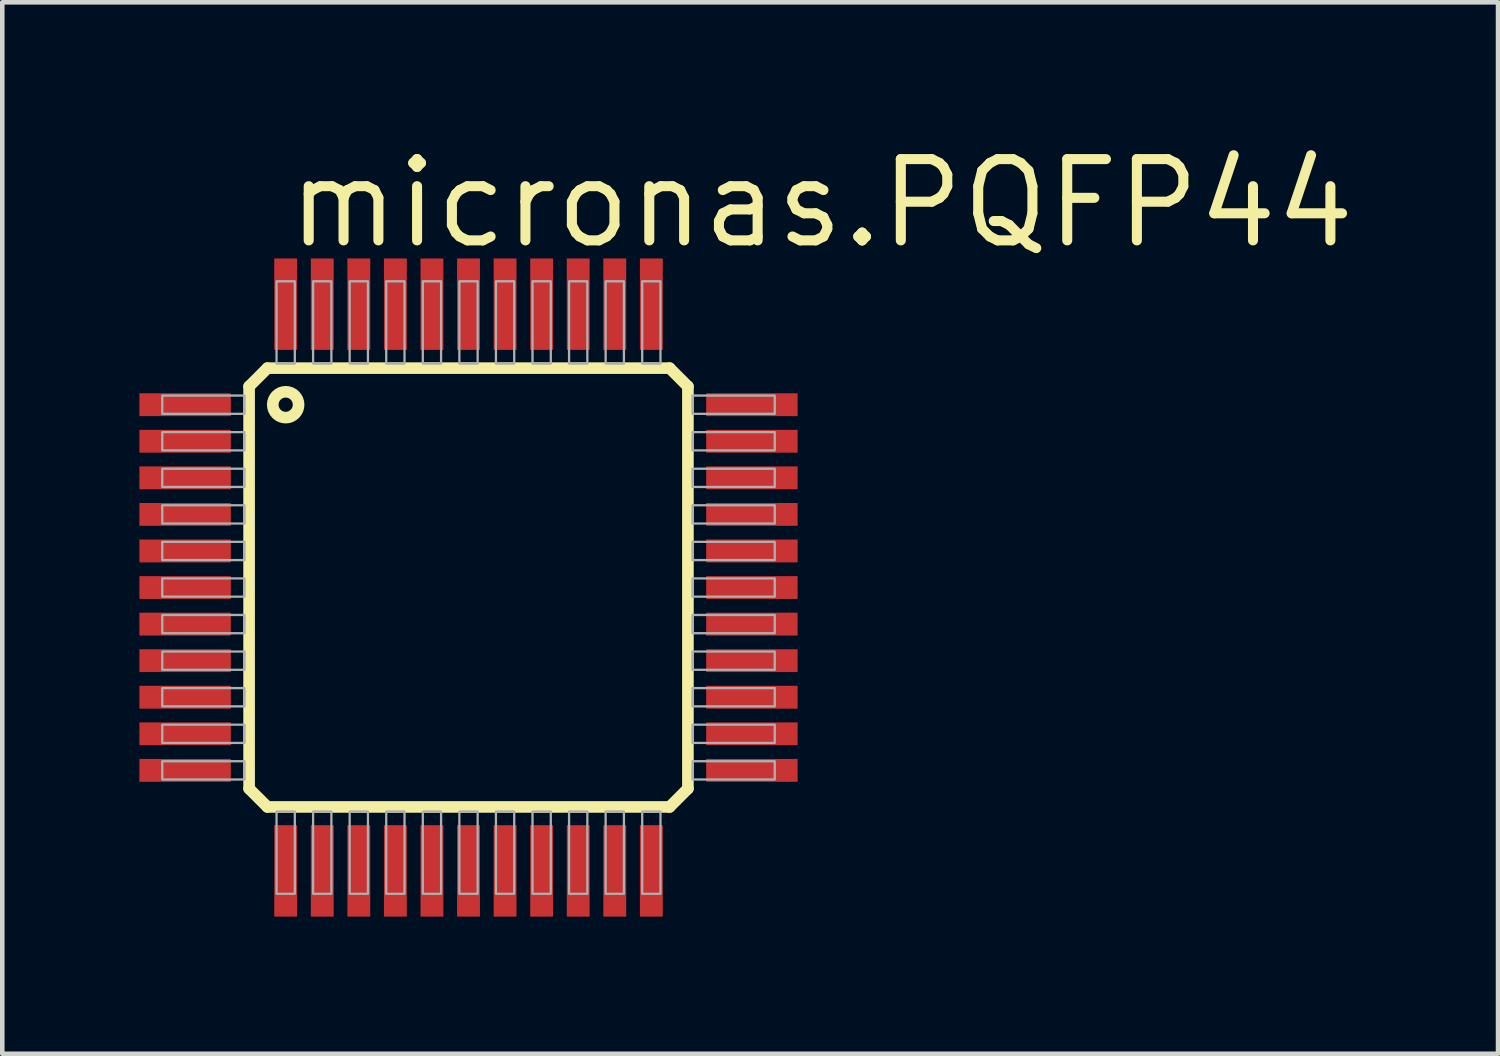
<source format=kicad_pcb>
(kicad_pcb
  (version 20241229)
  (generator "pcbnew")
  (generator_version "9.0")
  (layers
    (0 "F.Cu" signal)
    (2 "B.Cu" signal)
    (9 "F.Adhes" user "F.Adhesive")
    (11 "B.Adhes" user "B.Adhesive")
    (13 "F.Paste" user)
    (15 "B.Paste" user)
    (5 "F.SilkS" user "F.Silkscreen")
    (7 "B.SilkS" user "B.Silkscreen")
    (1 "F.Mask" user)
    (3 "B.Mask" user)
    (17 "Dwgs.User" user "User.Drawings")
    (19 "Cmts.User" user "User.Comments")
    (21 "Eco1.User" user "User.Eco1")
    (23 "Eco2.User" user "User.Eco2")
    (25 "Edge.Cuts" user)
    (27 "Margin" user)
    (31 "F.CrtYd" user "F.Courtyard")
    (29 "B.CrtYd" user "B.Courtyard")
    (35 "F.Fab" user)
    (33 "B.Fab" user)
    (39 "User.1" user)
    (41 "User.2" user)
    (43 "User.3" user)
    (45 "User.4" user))
  (footprint "micronas.PQFP44"
    (layer "F.Cu")
    (at 7.2 9.804)
    (property "Reference" "micronas.PQFP44" (at -4.064 -7.366 0) (layer "F.SilkS") (effects (font (size 1.778 1.778) (thickness 0.22)) (justify left bottom)))
    (attr smd)
    (fp_line (start -4.8 -4.4) (end -4.4 -4.8) (stroke (width 0.254) (type default)) (layer "F.SilkS"))
    (fp_line (start -4.8 4.4) (end -4.8 -4.4) (stroke (width 0.254) (type default)) (layer "F.SilkS"))
    (fp_line (start -4.4 -4.8) (end 4.4 -4.8) (stroke (width 0.254) (type default)) (layer "F.SilkS"))
    (fp_line (start -4.4 4.8) (end -4.8 4.4) (stroke (width 0.254) (type default)) (layer "F.SilkS"))
    (fp_line (start 4.4 -4.8) (end 4.8 -4.4) (stroke (width 0.254) (type default)) (layer "F.SilkS"))
    (fp_line (start 4.4 4.8) (end -4.4 4.8) (stroke (width 0.254) (type default)) (layer "F.SilkS"))
    (fp_line (start 4.8 -4.4) (end 4.8 4.4) (stroke (width 0.254) (type default)) (layer "F.SilkS"))
    (fp_line (start 4.8 4.4) (end 4.4 4.8) (stroke (width 0.254) (type default)) (layer "F.SilkS"))
    (fp_circle (center -4 -4) (end -3.717 -4) (stroke (width 0.254) (type default)) (fill no) (layer "F.SilkS"))
    (fp_rect (start -6.7 -3.8) (end -4.9 -4.2) (stroke (width 0.05) (type default)) (fill no) (layer "F.Fab"))
    (fp_rect (start -6.7 -3) (end -4.9 -3.4) (stroke (width 0.05) (type default)) (fill no) (layer "F.Fab"))
    (fp_rect (start -6.7 -2.2) (end -4.9 -2.6) (stroke (width 0.05) (type default)) (fill no) (layer "F.Fab"))
    (fp_rect (start -6.7 -1.4) (end -4.9 -1.8) (stroke (width 0.05) (type default)) (fill no) (layer "F.Fab"))
    (fp_rect (start -6.7 -0.6) (end -4.9 -1) (stroke (width 0.05) (type default)) (fill no) (layer "F.Fab"))
    (fp_rect (start -6.7 0.2) (end -4.9 -0.2) (stroke (width 0.05) (type default)) (fill no) (layer "F.Fab"))
    (fp_rect (start -6.7 1) (end -4.9 0.6) (stroke (width 0.05) (type default)) (fill no) (layer "F.Fab"))
    (fp_rect (start -6.7 1.8) (end -4.9 1.4) (stroke (width 0.05) (type default)) (fill no) (layer "F.Fab"))
    (fp_rect (start -6.7 2.6) (end -4.9 2.2) (stroke (width 0.05) (type default)) (fill no) (layer "F.Fab"))
    (fp_rect (start -6.7 3.4) (end -4.9 3) (stroke (width 0.05) (type default)) (fill no) (layer "F.Fab"))
    (fp_rect (start -6.7 4.2) (end -4.9 3.8) (stroke (width 0.05) (type default)) (fill no) (layer "F.Fab"))
    (fp_rect (start -4.2 -4.9) (end -3.8 -6.7) (stroke (width 0.05) (type default)) (fill no) (layer "F.Fab"))
    (fp_rect (start -4.2 6.7) (end -3.8 4.9) (stroke (width 0.05) (type default)) (fill no) (layer "F.Fab"))
    (fp_rect (start -3.4 -4.9) (end -3 -6.7) (stroke (width 0.05) (type default)) (fill no) (layer "F.Fab"))
    (fp_rect (start -3.4 6.7) (end -3 4.9) (stroke (width 0.05) (type default)) (fill no) (layer "F.Fab"))
    (fp_rect (start -2.6 -4.9) (end -2.2 -6.7) (stroke (width 0.05) (type default)) (fill no) (layer "F.Fab"))
    (fp_rect (start -2.6 6.7) (end -2.2 4.9) (stroke (width 0.05) (type default)) (fill no) (layer "F.Fab"))
    (fp_rect (start -1.8 -4.9) (end -1.4 -6.7) (stroke (width 0.05) (type default)) (fill no) (layer "F.Fab"))
    (fp_rect (start -1.8 6.7) (end -1.4 4.9) (stroke (width 0.05) (type default)) (fill no) (layer "F.Fab"))
    (fp_rect (start -1 -4.9) (end -0.6 -6.7) (stroke (width 0.05) (type default)) (fill no) (layer "F.Fab"))
    (fp_rect (start -1 6.7) (end -0.6 4.9) (stroke (width 0.05) (type default)) (fill no) (layer "F.Fab"))
    (fp_rect (start -0.2 -4.9) (end 0.2 -6.7) (stroke (width 0.05) (type default)) (fill no) (layer "F.Fab"))
    (fp_rect (start -0.2 6.7) (end 0.2 4.9) (stroke (width 0.05) (type default)) (fill no) (layer "F.Fab"))
    (fp_rect (start 0.6 -4.9) (end 1 -6.7) (stroke (width 0.05) (type default)) (fill no) (layer "F.Fab"))
    (fp_rect (start 0.6 6.7) (end 1 4.9) (stroke (width 0.05) (type default)) (fill no) (layer "F.Fab"))
    (fp_rect (start 1.4 -4.9) (end 1.8 -6.7) (stroke (width 0.05) (type default)) (fill no) (layer "F.Fab"))
    (fp_rect (start 1.4 6.7) (end 1.8 4.9) (stroke (width 0.05) (type default)) (fill no) (layer "F.Fab"))
    (fp_rect (start 2.2 -4.9) (end 2.6 -6.7) (stroke (width 0.05) (type default)) (fill no) (layer "F.Fab"))
    (fp_rect (start 2.2 6.7) (end 2.6 4.9) (stroke (width 0.05) (type default)) (fill no) (layer "F.Fab"))
    (fp_rect (start 3 -4.9) (end 3.4 -6.7) (stroke (width 0.05) (type default)) (fill no) (layer "F.Fab"))
    (fp_rect (start 3 6.7) (end 3.4 4.9) (stroke (width 0.05) (type default)) (fill no) (layer "F.Fab"))
    (fp_rect (start 3.8 -4.9) (end 4.2 -6.7) (stroke (width 0.05) (type default)) (fill no) (layer "F.Fab"))
    (fp_rect (start 3.8 6.7) (end 4.2 4.9) (stroke (width 0.05) (type default)) (fill no) (layer "F.Fab"))
    (fp_rect (start 4.9 -3.8) (end 6.7 -4.2) (stroke (width 0.05) (type default)) (fill no) (layer "F.Fab"))
    (fp_rect (start 4.9 -3) (end 6.7 -3.4) (stroke (width 0.05) (type default)) (fill no) (layer "F.Fab"))
    (fp_rect (start 4.9 -2.2) (end 6.7 -2.6) (stroke (width 0.05) (type default)) (fill no) (layer "F.Fab"))
    (fp_rect (start 4.9 -1.4) (end 6.7 -1.8) (stroke (width 0.05) (type default)) (fill no) (layer "F.Fab"))
    (fp_rect (start 4.9 -0.6) (end 6.7 -1) (stroke (width 0.05) (type default)) (fill no) (layer "F.Fab"))
    (fp_rect (start 4.9 0.2) (end 6.7 -0.2) (stroke (width 0.05) (type default)) (fill no) (layer "F.Fab"))
    (fp_rect (start 4.9 1) (end 6.7 0.6) (stroke (width 0.05) (type default)) (fill no) (layer "F.Fab"))
    (fp_rect (start 4.9 1.8) (end 6.7 1.4) (stroke (width 0.05) (type default)) (fill no) (layer "F.Fab"))
    (fp_rect (start 4.9 2.6) (end 6.7 2.2) (stroke (width 0.05) (type default)) (fill no) (layer "F.Fab"))
    (fp_rect (start 4.9 3.4) (end 6.7 3) (stroke (width 0.05) (type default)) (fill no) (layer "F.Fab"))
    (fp_rect (start 4.9 4.2) (end 6.7 3.8) (stroke (width 0.05) (type default)) (fill no) (layer "F.Fab"))
    (pad "1" smd roundrect (at -6.2 -4) (size 2 0.5) (layers "F.Cu" "F.Mask" "F.Paste") (roundrect_rratio 0.01))
    (pad "2" smd roundrect (at -6.2 -3.2) (size 2 0.5) (layers "F.Cu" "F.Mask" "F.Paste") (roundrect_rratio 0.01))
    (pad "3" smd roundrect (at -6.2 -2.4) (size 2 0.5) (layers "F.Cu" "F.Mask" "F.Paste") (roundrect_rratio 0.01))
    (pad "4" smd roundrect (at -6.2 -1.6) (size 2 0.5) (layers "F.Cu" "F.Mask" "F.Paste") (roundrect_rratio 0.01))
    (pad "5" smd roundrect (at -6.2 -0.8) (size 2 0.5) (layers "F.Cu" "F.Mask" "F.Paste") (roundrect_rratio 0.01))
    (pad "6" smd roundrect (at -6.2 0) (size 2 0.5) (layers "F.Cu" "F.Mask" "F.Paste") (roundrect_rratio 0.01))
    (pad "7" smd roundrect (at -6.2 0.8) (size 2 0.5) (layers "F.Cu" "F.Mask" "F.Paste") (roundrect_rratio 0.01))
    (pad "8" smd roundrect (at -6.2 1.6) (size 2 0.5) (layers "F.Cu" "F.Mask" "F.Paste") (roundrect_rratio 0.01))
    (pad "9" smd roundrect (at -6.2 2.4) (size 2 0.5) (layers "F.Cu" "F.Mask" "F.Paste") (roundrect_rratio 0.01))
    (pad "10" smd roundrect (at -6.2 3.2) (size 2 0.5) (layers "F.Cu" "F.Mask" "F.Paste") (roundrect_rratio 0.01))
    (pad "11" smd roundrect (at -6.2 4) (size 2 0.5) (layers "F.Cu" "F.Mask" "F.Paste") (roundrect_rratio 0.01))
    (pad "12" smd roundrect (at -4 6.2) (size 0.5 2) (layers "F.Cu" "F.Mask" "F.Paste") (roundrect_rratio 0.01))
    (pad "13" smd roundrect (at -3.2 6.2) (size 0.5 2) (layers "F.Cu" "F.Mask" "F.Paste") (roundrect_rratio 0.01))
    (pad "14" smd roundrect (at -2.4 6.2) (size 0.5 2) (layers "F.Cu" "F.Mask" "F.Paste") (roundrect_rratio 0.01))
    (pad "15" smd roundrect (at -1.6 6.2) (size 0.5 2) (layers "F.Cu" "F.Mask" "F.Paste") (roundrect_rratio 0.01))
    (pad "16" smd roundrect (at -0.8 6.2) (size 0.5 2) (layers "F.Cu" "F.Mask" "F.Paste") (roundrect_rratio 0.01))
    (pad "17" smd roundrect (at 0 6.2) (size 0.5 2) (layers "F.Cu" "F.Mask" "F.Paste") (roundrect_rratio 0.01))
    (pad "18" smd roundrect (at 0.8 6.2) (size 0.5 2) (layers "F.Cu" "F.Mask" "F.Paste") (roundrect_rratio 0.01))
    (pad "19" smd roundrect (at 1.6 6.2) (size 0.5 2) (layers "F.Cu" "F.Mask" "F.Paste") (roundrect_rratio 0.01))
    (pad "20" smd roundrect (at 2.4 6.2) (size 0.5 2) (layers "F.Cu" "F.Mask" "F.Paste") (roundrect_rratio 0.01))
    (pad "21" smd roundrect (at 3.2 6.2) (size 0.5 2) (layers "F.Cu" "F.Mask" "F.Paste") (roundrect_rratio 0.01))
    (pad "22" smd roundrect (at 4 6.2) (size 0.5 2) (layers "F.Cu" "F.Mask" "F.Paste") (roundrect_rratio 0.01))
    (pad "23" smd roundrect (at 6.2 4) (size 2 0.5) (layers "F.Cu" "F.Mask" "F.Paste") (roundrect_rratio 0.01))
    (pad "24" smd roundrect (at 6.2 3.2) (size 2 0.5) (layers "F.Cu" "F.Mask" "F.Paste") (roundrect_rratio 0.01))
    (pad "25" smd roundrect (at 6.2 2.4) (size 2 0.5) (layers "F.Cu" "F.Mask" "F.Paste") (roundrect_rratio 0.01))
    (pad "26" smd roundrect (at 6.2 1.6) (size 2 0.5) (layers "F.Cu" "F.Mask" "F.Paste") (roundrect_rratio 0.01))
    (pad "27" smd roundrect (at 6.2 0.8) (size 2 0.5) (layers "F.Cu" "F.Mask" "F.Paste") (roundrect_rratio 0.01))
    (pad "28" smd roundrect (at 6.2 0) (size 2 0.5) (layers "F.Cu" "F.Mask" "F.Paste") (roundrect_rratio 0.01))
    (pad "29" smd roundrect (at 6.2 -0.8) (size 2 0.5) (layers "F.Cu" "F.Mask" "F.Paste") (roundrect_rratio 0.01))
    (pad "30" smd roundrect (at 6.2 -1.6) (size 2 0.5) (layers "F.Cu" "F.Mask" "F.Paste") (roundrect_rratio 0.01))
    (pad "31" smd roundrect (at 6.2 -2.4) (size 2 0.5) (layers "F.Cu" "F.Mask" "F.Paste") (roundrect_rratio 0.01))
    (pad "32" smd roundrect (at 6.2 -3.2) (size 2 0.5) (layers "F.Cu" "F.Mask" "F.Paste") (roundrect_rratio 0.01))
    (pad "33" smd roundrect (at 6.2 -4) (size 2 0.5) (layers "F.Cu" "F.Mask" "F.Paste") (roundrect_rratio 0.01))
    (pad "34" smd roundrect (at 4 -6.2) (size 0.5 2) (layers "F.Cu" "F.Mask" "F.Paste") (roundrect_rratio 0.01))
    (pad "35" smd roundrect (at 3.2 -6.2) (size 0.5 2) (layers "F.Cu" "F.Mask" "F.Paste") (roundrect_rratio 0.01))
    (pad "36" smd roundrect (at 2.4 -6.2) (size 0.5 2) (layers "F.Cu" "F.Mask" "F.Paste") (roundrect_rratio 0.01))
    (pad "37" smd roundrect (at 1.6 -6.2) (size 0.5 2) (layers "F.Cu" "F.Mask" "F.Paste") (roundrect_rratio 0.01))
    (pad "38" smd roundrect (at 0.8 -6.2) (size 0.5 2) (layers "F.Cu" "F.Mask" "F.Paste") (roundrect_rratio 0.01))
    (pad "39" smd roundrect (at 0 -6.2) (size 0.5 2) (layers "F.Cu" "F.Mask" "F.Paste") (roundrect_rratio 0.01))
    (pad "40" smd roundrect (at -0.8 -6.2) (size 0.5 2) (layers "F.Cu" "F.Mask" "F.Paste") (roundrect_rratio 0.01))
    (pad "41" smd roundrect (at -1.6 -6.2) (size 0.5 2) (layers "F.Cu" "F.Mask" "F.Paste") (roundrect_rratio 0.01))
    (pad "42" smd roundrect (at -2.4 -6.2) (size 0.5 2) (layers "F.Cu" "F.Mask" "F.Paste") (roundrect_rratio 0.01))
    (pad "43" smd roundrect (at -3.2 -6.2) (size 0.5 2) (layers "F.Cu" "F.Mask" "F.Paste") (roundrect_rratio 0.01))
    (pad "44" smd roundrect (at -4 -6.2) (size 0.5 2) (layers "F.Cu" "F.Mask" "F.Paste") (roundrect_rratio 0.01)))
  (gr_rect
    (start -3 -3)
    (end 29.724 20.004)
    (stroke (width 0.1) (type default))
    (fill no)
    (layer "Edge.Cuts")))
</source>
